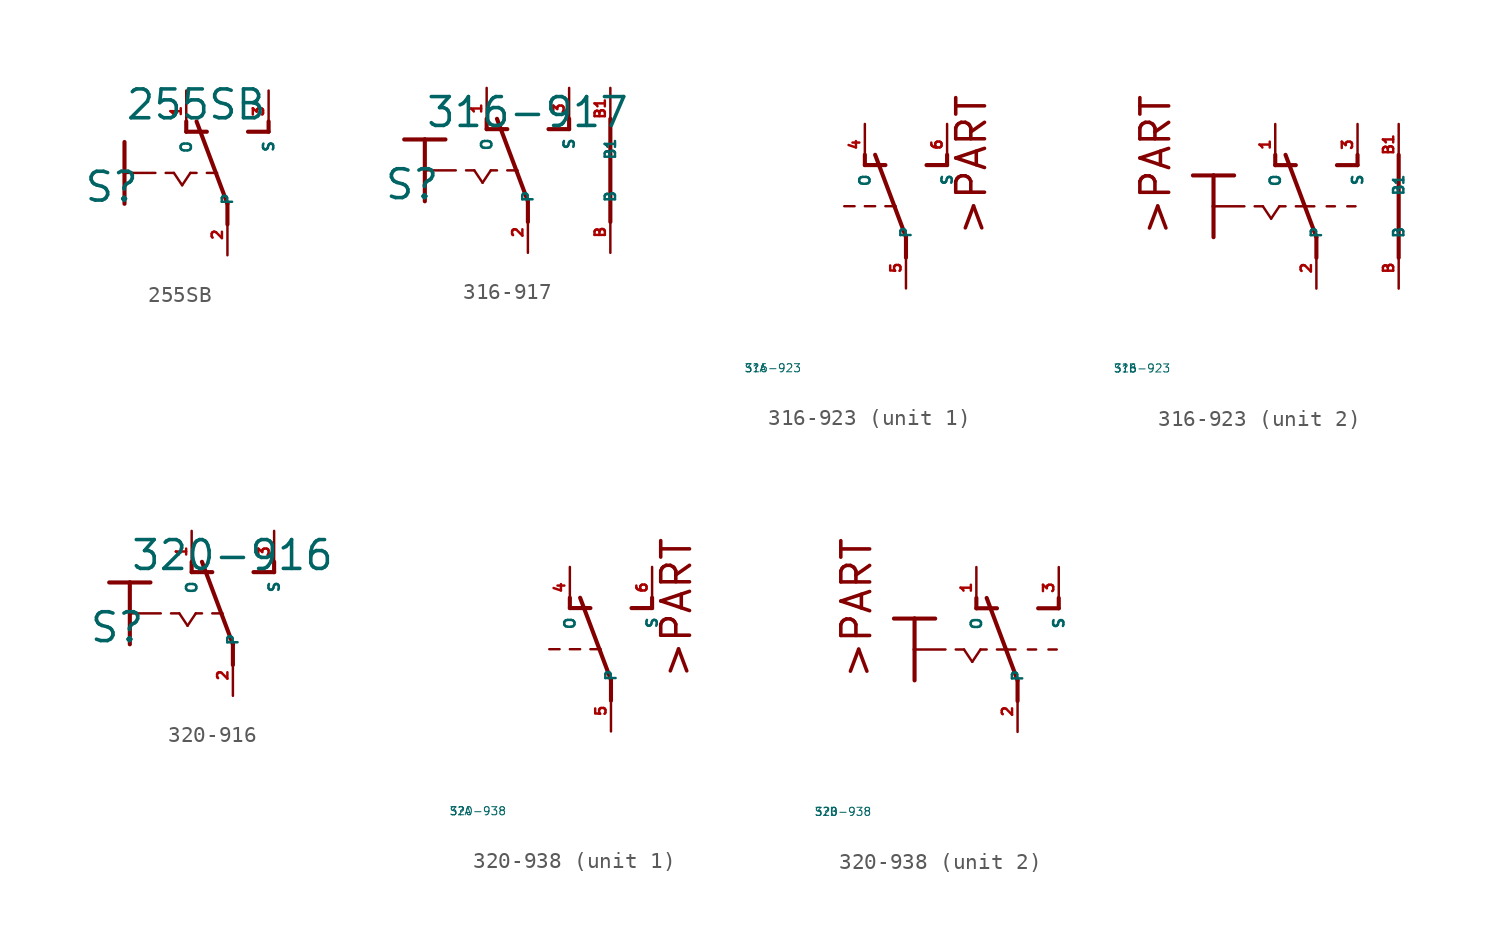
<source format=kicad_sym>
(kicad_symbol_lib
  (version 20220914)
  (generator Eagle2Kicad)
  (symbol "255SB"
    (property "Reference" "S"
      (at -6.35 -1.905 0)
      (effects (font (size 1.778 1.778) (thickness 0.22)) (justify left bottom)))
    (property "Value" "255SB"
      (at -3.81 3.175 0)
      (effects (font (size 1.778 1.778) (thickness 0.22)) (justify left bottom)))
    (polyline
      (pts (xy -3.81 1.905) (xy -3.81 0))
      (stroke (width 0.254) (type default))
      (fill (type none)))
    (polyline
      (pts (xy -3.81 0) (xy -1.905 0))
      (stroke (width 0.152) (type default))
      (fill (type none)))
    (polyline
      (pts (xy -3.81 0) (xy -3.81 -1.905))
      (stroke (width 0.254) (type default))
      (fill (type none)))
    (polyline
      (pts (xy -1.27 0) (xy -0.762 0))
      (stroke (width 0.152) (type default))
      (fill (type none)))
    (polyline
      (pts (xy 0.254 0) (xy 0.635 0))
      (stroke (width 0.152) (type default))
      (fill (type none)))
    (polyline
      (pts (xy 2.54 -3.175) (xy 2.54 -1.905))
      (stroke (width 0.254) (type default))
      (fill (type none)))
    (polyline
      (pts (xy 2.54 -1.905) (xy 0.635 3.175))
      (stroke (width 0.254) (type default))
      (fill (type none)))
    (polyline
      (pts (xy 3.81 2.54) (xy 5.08 2.54))
      (stroke (width 0.254) (type default))
      (fill (type none)))
    (polyline
      (pts (xy 5.08 2.54) (xy 5.08 3.175))
      (stroke (width 0.254) (type default))
      (fill (type none)))
    (polyline
      (pts (xy 0 2.54) (xy 1.27 2.54))
      (stroke (width 0.254) (type default))
      (fill (type none)))
    (polyline
      (pts (xy 0 2.54) (xy 0 3.175))
      (stroke (width 0.254) (type default))
      (fill (type none)))
    (polyline
      (pts (xy 1.27 0) (xy 1.905 0))
      (stroke (width 0.152) (type default))
      (fill (type none)))
    (polyline
      (pts (xy -0.762 0) (xy -0.254 -0.762))
      (stroke (width 0.152) (type default))
      (fill (type none)))
    (polyline
      (pts (xy -0.254 -0.762) (xy 0.254 0))
      (stroke (width 0.152) (type default))
      (fill (type none)))
    (pin passive line
      (at 2.54 -5.08 90)
      (length 2.54)
      (name "P" (effects (font (size 0.635 0.635) (thickness 0.08)) (justify left bottom)))
      (number "2" (effects (font (size 0.635 0.635) (thickness 0.08)) (justify left bottom))))
    (pin passive line
      (at 5.08 5.08 270)
      (length 2.54)
      (name "S" (effects (font (size 0.635 0.635) (thickness 0.08)) (justify left bottom)))
      (number "3" (effects (font (size 0.635 0.635) (thickness 0.08)) (justify left bottom))))
    (pin passive line
      (at 0 5.08 270)
      (length 2.54)
      (name "O" (effects (font (size 0.635 0.635) (thickness 0.08)) (justify left bottom)))
      (number "1" (effects (font (size 0.635 0.635) (thickness 0.08)) (justify left bottom)))))
  (symbol "316-917"
    (property "Reference" "S"
      (at -6.35 -1.905 0)
      (effects (font (size 1.778 1.778) (thickness 0.22)) (justify left bottom)))
    (property "Value" "316-917"
      (at -3.81 2.54 0)
      (effects (font (size 1.778 1.778) (thickness 0.22)) (justify left bottom)))
    (polyline
      (pts (xy -3.81 1.905) (xy -2.54 1.905))
      (stroke (width 0.254) (type default))
      (fill (type none)))
    (polyline
      (pts (xy -3.81 1.905) (xy -3.81 0))
      (stroke (width 0.254) (type default))
      (fill (type none)))
    (polyline
      (pts (xy -3.81 0) (xy -1.905 0))
      (stroke (width 0.152) (type default))
      (fill (type none)))
    (polyline
      (pts (xy -3.81 0) (xy -3.81 -1.905))
      (stroke (width 0.254) (type default))
      (fill (type none)))
    (polyline
      (pts (xy -1.27 0) (xy -0.762 0))
      (stroke (width 0.152) (type default))
      (fill (type none)))
    (polyline
      (pts (xy -5.08 1.905) (xy -3.81 1.905))
      (stroke (width 0.254) (type default))
      (fill (type none)))
    (polyline
      (pts (xy 0.254 0) (xy 0.635 0))
      (stroke (width 0.152) (type default))
      (fill (type none)))
    (polyline
      (pts (xy 1.27 0) (xy 1.905 0))
      (stroke (width 0.152) (type default))
      (fill (type none)))
    (polyline
      (pts (xy 2.54 -3.175) (xy 2.54 -1.905))
      (stroke (width 0.254) (type default))
      (fill (type none)))
    (polyline
      (pts (xy 2.54 -1.905) (xy 0.635 3.175))
      (stroke (width 0.254) (type default))
      (fill (type none)))
    (polyline
      (pts (xy 3.81 2.54) (xy 5.08 2.54))
      (stroke (width 0.254) (type default))
      (fill (type none)))
    (polyline
      (pts (xy 5.08 2.54) (xy 5.08 3.175))
      (stroke (width 0.254) (type default))
      (fill (type none)))
    (polyline
      (pts (xy 0 2.54) (xy 1.27 2.54))
      (stroke (width 0.254) (type default))
      (fill (type none)))
    (polyline
      (pts (xy 0 2.54) (xy 0 3.175))
      (stroke (width 0.254) (type default))
      (fill (type none)))
    (polyline
      (pts (xy -0.762 0) (xy -0.254 -0.762))
      (stroke (width 0.152) (type default))
      (fill (type none)))
    (polyline
      (pts (xy -0.254 -0.762) (xy 0.254 0))
      (stroke (width 0.152) (type default))
      (fill (type none)))
    (polyline
      (pts (xy 7.62 -3.175) (xy 7.62 3.175))
      (stroke (width 0.254) (type default))
      (fill (type none)))
    (pin passive line
      (at 2.54 -5.08 90)
      (length 2.54)
      (name "P" (effects (font (size 0.635 0.635) (thickness 0.08)) (justify left bottom)))
      (number "2" (effects (font (size 0.635 0.635) (thickness 0.08)) (justify left bottom))))
    (pin passive line
      (at 5.08 5.08 270)
      (length 2.54)
      (name "S" (effects (font (size 0.635 0.635) (thickness 0.08)) (justify left bottom)))
      (number "3" (effects (font (size 0.635 0.635) (thickness 0.08)) (justify left bottom))))
    (pin passive line
      (at 0 5.08 270)
      (length 2.54)
      (name "O" (effects (font (size 0.635 0.635) (thickness 0.08)) (justify left bottom)))
      (number "1" (effects (font (size 0.635 0.635) (thickness 0.08)) (justify left bottom))))
    (pin passive line
      (at 7.62 -5.08 90)
      (length 2.54)
      (name "B" (effects (font (size 0.635 0.635) (thickness 0.08)) (justify left bottom)))
      (number "B" (effects (font (size 0.635 0.635) (thickness 0.08)) (justify left bottom))))
    (pin passive line
      (at 7.62 5.08 270)
      (length 2.54)
      (name "B1" (effects (font (size 0.635 0.635) (thickness 0.08)) (justify left bottom)))
      (number "B1" (effects (font (size 0.635 0.635) (thickness 0.08)) (justify left bottom)))))
  (symbol "316-923"
    (property "Reference" "S"
      (at -10 -10 0)
      (effects (font (size 0.5 0.5) (thickness 0.06)) (justify left)))
    (property "Value" "316-923"
      (at -10 -10 0)
      (effects (font (size 0.5 0.5) (thickness 0.06)) (justify left)))
    (symbol "316-923_1_0"
      (polyline (pts (xy 0 -3.175) (xy 0 -1.905)) (stroke (width 0.254) (type default)) (fill (type none)))
      (polyline (pts (xy 0 -1.905) (xy -1.905 3.175)) (stroke (width 0.254) (type default)) (fill (type none)))
      (polyline (pts (xy 1.27 2.54) (xy 2.54 2.54)) (stroke (width 0.254) (type default)) (fill (type none)))
      (polyline (pts (xy 2.54 2.54) (xy 2.54 3.175)) (stroke (width 0.254) (type default)) (fill (type none)))
      (polyline (pts (xy -2.54 2.54) (xy -1.27 2.54)) (stroke (width 0.254) (type default)) (fill (type none)))
      (polyline (pts (xy -2.54 2.54) (xy -2.54 3.175)) (stroke (width 0.254) (type default)) (fill (type none)))
      (polyline (pts (xy -0.635 0) (xy -1.27 0)) (stroke (width 0.152) (type default)) (fill (type none)))
      (polyline (pts (xy -1.905 0) (xy -2.54 0)) (stroke (width 0.152) (type default)) (fill (type none)))
      (polyline (pts (xy -3.175 0) (xy -3.81 0)) (stroke (width 0.152) (type default)) (fill (type none)))
      (text ">PART" (at 5.08 -1.905 900) (effects (font (size 1.778 1.778) (thickness 0.22)) (justify left bottom)))
      (pin passive line (at 0 -5.08 90) (length 2.54) (name "P" (effects (font (size 0.635 0.635) (thickness 0.08)) (justify left bottom))) (number "5" (effects (font (size 0.635 0.635) (thickness 0.08)) (justify left bottom))))
      (pin passive line (at 2.54 5.08 270) (length 2.54) (name "S" (effects (font (size 0.635 0.635) (thickness 0.08)) (justify left bottom))) (number "6" (effects (font (size 0.635 0.635) (thickness 0.08)) (justify left bottom))))
      (pin passive line (at -2.54 5.08 270) (length 2.54) (name "O" (effects (font (size 0.635 0.635) (thickness 0.08)) (justify left bottom))) (number "4" (effects (font (size 0.635 0.635) (thickness 0.08)) (justify left bottom)))))
    (symbol "316-923_2_0"
      (polyline (pts (xy -3.81 1.905) (xy -2.54 1.905)) (stroke (width 0.254) (type default)) (fill (type none)))
      (polyline (pts (xy -3.81 1.905) (xy -3.81 0)) (stroke (width 0.254) (type default)) (fill (type none)))
      (polyline (pts (xy -3.81 0) (xy -1.905 0)) (stroke (width 0.152) (type default)) (fill (type none)))
      (polyline (pts (xy -3.81 0) (xy -3.81 -1.905)) (stroke (width 0.254) (type default)) (fill (type none)))
      (polyline (pts (xy -1.27 0) (xy -0.762 0)) (stroke (width 0.152) (type default)) (fill (type none)))
      (polyline (pts (xy -5.08 1.905) (xy -3.81 1.905)) (stroke (width 0.254) (type default)) (fill (type none)))
      (polyline (pts (xy 0.254 0) (xy 0.635 0)) (stroke (width 0.152) (type default)) (fill (type none)))
      (polyline (pts (xy 1.27 0) (xy 1.905 0)) (stroke (width 0.152) (type default)) (fill (type none)))
      (polyline (pts (xy 2.54 -3.175) (xy 2.54 -1.905)) (stroke (width 0.254) (type default)) (fill (type none)))
      (polyline (pts (xy 2.54 -1.905) (xy 0.635 3.175)) (stroke (width 0.254) (type default)) (fill (type none)))
      (polyline (pts (xy 3.81 2.54) (xy 5.08 2.54)) (stroke (width 0.254) (type default)) (fill (type none)))
      (polyline (pts (xy 5.08 2.54) (xy 5.08 3.175)) (stroke (width 0.254) (type default)) (fill (type none)))
      (polyline (pts (xy 0 2.54) (xy 1.27 2.54)) (stroke (width 0.254) (type default)) (fill (type none)))
      (polyline (pts (xy 0 2.54) (xy 0 3.175)) (stroke (width 0.254) (type default)) (fill (type none)))
      (polyline (pts (xy -0.762 0) (xy -0.254 -0.762)) (stroke (width 0.152) (type default)) (fill (type none)))
      (polyline (pts (xy -0.254 -0.762) (xy 0.254 0)) (stroke (width 0.152) (type default)) (fill (type none)))
      (polyline (pts (xy 1.905 0) (xy 2.413 0)) (stroke (width 0.152) (type default)) (fill (type none)))
      (polyline (pts (xy 3.175 0) (xy 3.683 0)) (stroke (width 0.152) (type default)) (fill (type none)))
      (polyline (pts (xy 4.445 0) (xy 4.953 0)) (stroke (width 0.152) (type default)) (fill (type none)))
      (polyline (pts (xy 7.62 -3.175) (xy 7.62 3.175)) (stroke (width 0.254) (type default)) (fill (type none)))
      (text ">PART" (at -6.35 -1.905 900) (effects (font (size 1.778 1.778) (thickness 0.22)) (justify left bottom)))
      (pin passive line (at 2.54 -5.08 90) (length 2.54) (name "P" (effects (font (size 0.635 0.635) (thickness 0.08)) (justify left bottom))) (number "2" (effects (font (size 0.635 0.635) (thickness 0.08)) (justify left bottom))))
      (pin passive line (at 5.08 5.08 270) (length 2.54) (name "S" (effects (font (size 0.635 0.635) (thickness 0.08)) (justify left bottom))) (number "3" (effects (font (size 0.635 0.635) (thickness 0.08)) (justify left bottom))))
      (pin passive line (at 0 5.08 270) (length 2.54) (name "O" (effects (font (size 0.635 0.635) (thickness 0.08)) (justify left bottom))) (number "1" (effects (font (size 0.635 0.635) (thickness 0.08)) (justify left bottom))))
      (pin passive line (at 7.62 -5.08 90) (length 2.54) (name "B" (effects (font (size 0.635 0.635) (thickness 0.08)) (justify left bottom))) (number "B" (effects (font (size 0.635 0.635) (thickness 0.08)) (justify left bottom))))
      (pin passive line (at 7.62 5.08 270) (length 2.54) (name "B1" (effects (font (size 0.635 0.635) (thickness 0.08)) (justify left bottom))) (number "B1" (effects (font (size 0.635 0.635) (thickness 0.08)) (justify left bottom))))))
  (symbol "320-916"
    (property "Reference" "S"
      (at -6.35 -1.905 0)
      (effects (font (size 1.778 1.778) (thickness 0.22)) (justify left bottom)))
    (property "Value" "320-916"
      (at -3.81 2.54 0)
      (effects (font (size 1.778 1.778) (thickness 0.22)) (justify left bottom)))
    (polyline
      (pts (xy -3.81 1.905) (xy -2.54 1.905))
      (stroke (width 0.254) (type default))
      (fill (type none)))
    (polyline
      (pts (xy -3.81 1.905) (xy -3.81 0))
      (stroke (width 0.254) (type default))
      (fill (type none)))
    (polyline
      (pts (xy -3.81 0) (xy -1.905 0))
      (stroke (width 0.152) (type default))
      (fill (type none)))
    (polyline
      (pts (xy -3.81 0) (xy -3.81 -1.905))
      (stroke (width 0.254) (type default))
      (fill (type none)))
    (polyline
      (pts (xy -1.27 0) (xy -0.762 0))
      (stroke (width 0.152) (type default))
      (fill (type none)))
    (polyline
      (pts (xy -5.08 1.905) (xy -3.81 1.905))
      (stroke (width 0.254) (type default))
      (fill (type none)))
    (polyline
      (pts (xy 0.254 0) (xy 0.635 0))
      (stroke (width 0.152) (type default))
      (fill (type none)))
    (polyline
      (pts (xy 1.27 0) (xy 1.905 0))
      (stroke (width 0.152) (type default))
      (fill (type none)))
    (polyline
      (pts (xy 2.54 -3.175) (xy 2.54 -1.905))
      (stroke (width 0.254) (type default))
      (fill (type none)))
    (polyline
      (pts (xy 2.54 -1.905) (xy 0.635 3.175))
      (stroke (width 0.254) (type default))
      (fill (type none)))
    (polyline
      (pts (xy 3.81 2.54) (xy 5.08 2.54))
      (stroke (width 0.254) (type default))
      (fill (type none)))
    (polyline
      (pts (xy 5.08 2.54) (xy 5.08 3.175))
      (stroke (width 0.254) (type default))
      (fill (type none)))
    (polyline
      (pts (xy 0 2.54) (xy 1.27 2.54))
      (stroke (width 0.254) (type default))
      (fill (type none)))
    (polyline
      (pts (xy 0 2.54) (xy 0 3.175))
      (stroke (width 0.254) (type default))
      (fill (type none)))
    (polyline
      (pts (xy -0.762 0) (xy -0.254 -0.762))
      (stroke (width 0.152) (type default))
      (fill (type none)))
    (polyline
      (pts (xy -0.254 -0.762) (xy 0.254 0))
      (stroke (width 0.152) (type default))
      (fill (type none)))
    (pin passive line
      (at 2.54 -5.08 90)
      (length 2.54)
      (name "P" (effects (font (size 0.635 0.635) (thickness 0.08)) (justify left bottom)))
      (number "2" (effects (font (size 0.635 0.635) (thickness 0.08)) (justify left bottom))))
    (pin passive line
      (at 5.08 5.08 270)
      (length 2.54)
      (name "S" (effects (font (size 0.635 0.635) (thickness 0.08)) (justify left bottom)))
      (number "3" (effects (font (size 0.635 0.635) (thickness 0.08)) (justify left bottom))))
    (pin passive line
      (at 0 5.08 270)
      (length 2.54)
      (name "O" (effects (font (size 0.635 0.635) (thickness 0.08)) (justify left bottom)))
      (number "1" (effects (font (size 0.635 0.635) (thickness 0.08)) (justify left bottom)))))
  (symbol "320-938"
    (property "Reference" "S"
      (at -10 -10 0)
      (effects (font (size 0.5 0.5) (thickness 0.06)) (justify left)))
    (property "Value" "320-938"
      (at -10 -10 0)
      (effects (font (size 0.5 0.5) (thickness 0.06)) (justify left)))
    (symbol "320-938_1_0"
      (polyline (pts (xy 0 -3.175) (xy 0 -1.905)) (stroke (width 0.254) (type default)) (fill (type none)))
      (polyline (pts (xy 0 -1.905) (xy -1.905 3.175)) (stroke (width 0.254) (type default)) (fill (type none)))
      (polyline (pts (xy 1.27 2.54) (xy 2.54 2.54)) (stroke (width 0.254) (type default)) (fill (type none)))
      (polyline (pts (xy 2.54 2.54) (xy 2.54 3.175)) (stroke (width 0.254) (type default)) (fill (type none)))
      (polyline (pts (xy -2.54 2.54) (xy -1.27 2.54)) (stroke (width 0.254) (type default)) (fill (type none)))
      (polyline (pts (xy -2.54 2.54) (xy -2.54 3.175)) (stroke (width 0.254) (type default)) (fill (type none)))
      (polyline (pts (xy -0.635 0) (xy -1.27 0)) (stroke (width 0.152) (type default)) (fill (type none)))
      (polyline (pts (xy -1.905 0) (xy -2.54 0)) (stroke (width 0.152) (type default)) (fill (type none)))
      (polyline (pts (xy -3.175 0) (xy -3.81 0)) (stroke (width 0.152) (type default)) (fill (type none)))
      (text ">PART" (at 5.08 -1.905 900) (effects (font (size 1.778 1.778) (thickness 0.22)) (justify left bottom)))
      (pin passive line (at 0 -5.08 90) (length 2.54) (name "P" (effects (font (size 0.635 0.635) (thickness 0.08)) (justify left bottom))) (number "5" (effects (font (size 0.635 0.635) (thickness 0.08)) (justify left bottom))))
      (pin passive line (at 2.54 5.08 270) (length 2.54) (name "S" (effects (font (size 0.635 0.635) (thickness 0.08)) (justify left bottom))) (number "6" (effects (font (size 0.635 0.635) (thickness 0.08)) (justify left bottom))))
      (pin passive line (at -2.54 5.08 270) (length 2.54) (name "O" (effects (font (size 0.635 0.635) (thickness 0.08)) (justify left bottom))) (number "4" (effects (font (size 0.635 0.635) (thickness 0.08)) (justify left bottom)))))
    (symbol "320-938_2_0"
      (polyline (pts (xy -3.81 1.905) (xy -2.54 1.905)) (stroke (width 0.254) (type default)) (fill (type none)))
      (polyline (pts (xy -3.81 1.905) (xy -3.81 0)) (stroke (width 0.254) (type default)) (fill (type none)))
      (polyline (pts (xy -3.81 0) (xy -1.905 0)) (stroke (width 0.152) (type default)) (fill (type none)))
      (polyline (pts (xy -3.81 0) (xy -3.81 -1.905)) (stroke (width 0.254) (type default)) (fill (type none)))
      (polyline (pts (xy -1.27 0) (xy -0.762 0)) (stroke (width 0.152) (type default)) (fill (type none)))
      (polyline (pts (xy -5.08 1.905) (xy -3.81 1.905)) (stroke (width 0.254) (type default)) (fill (type none)))
      (polyline (pts (xy 0.254 0) (xy 0.635 0)) (stroke (width 0.152) (type default)) (fill (type none)))
      (polyline (pts (xy 1.27 0) (xy 1.905 0)) (stroke (width 0.152) (type default)) (fill (type none)))
      (polyline (pts (xy 2.54 -3.175) (xy 2.54 -1.905)) (stroke (width 0.254) (type default)) (fill (type none)))
      (polyline (pts (xy 2.54 -1.905) (xy 0.635 3.175)) (stroke (width 0.254) (type default)) (fill (type none)))
      (polyline (pts (xy 3.81 2.54) (xy 5.08 2.54)) (stroke (width 0.254) (type default)) (fill (type none)))
      (polyline (pts (xy 5.08 2.54) (xy 5.08 3.175)) (stroke (width 0.254) (type default)) (fill (type none)))
      (polyline (pts (xy 0 2.54) (xy 1.27 2.54)) (stroke (width 0.254) (type default)) (fill (type none)))
      (polyline (pts (xy 0 2.54) (xy 0 3.175)) (stroke (width 0.254) (type default)) (fill (type none)))
      (polyline (pts (xy -0.762 0) (xy -0.254 -0.762)) (stroke (width 0.152) (type default)) (fill (type none)))
      (polyline (pts (xy -0.254 -0.762) (xy 0.254 0)) (stroke (width 0.152) (type default)) (fill (type none)))
      (polyline (pts (xy 1.905 0) (xy 2.413 0)) (stroke (width 0.152) (type default)) (fill (type none)))
      (polyline (pts (xy 3.175 0) (xy 3.683 0)) (stroke (width 0.152) (type default)) (fill (type none)))
      (polyline (pts (xy 4.445 0) (xy 4.953 0)) (stroke (width 0.152) (type default)) (fill (type none)))
      (text ">PART" (at -6.35 -1.905 900) (effects (font (size 1.778 1.778) (thickness 0.22)) (justify left bottom)))
      (pin passive line (at 2.54 -5.08 90) (length 2.54) (name "P" (effects (font (size 0.635 0.635) (thickness 0.08)) (justify left bottom))) (number "2" (effects (font (size 0.635 0.635) (thickness 0.08)) (justify left bottom))))
      (pin passive line (at 5.08 5.08 270) (length 2.54) (name "S" (effects (font (size 0.635 0.635) (thickness 0.08)) (justify left bottom))) (number "3" (effects (font (size 0.635 0.635) (thickness 0.08)) (justify left bottom))))
      (pin passive line (at 0 5.08 270) (length 2.54) (name "O" (effects (font (size 0.635 0.635) (thickness 0.08)) (justify left bottom))) (number "1" (effects (font (size 0.635 0.635) (thickness 0.08)) (justify left bottom)))))))
</source>
